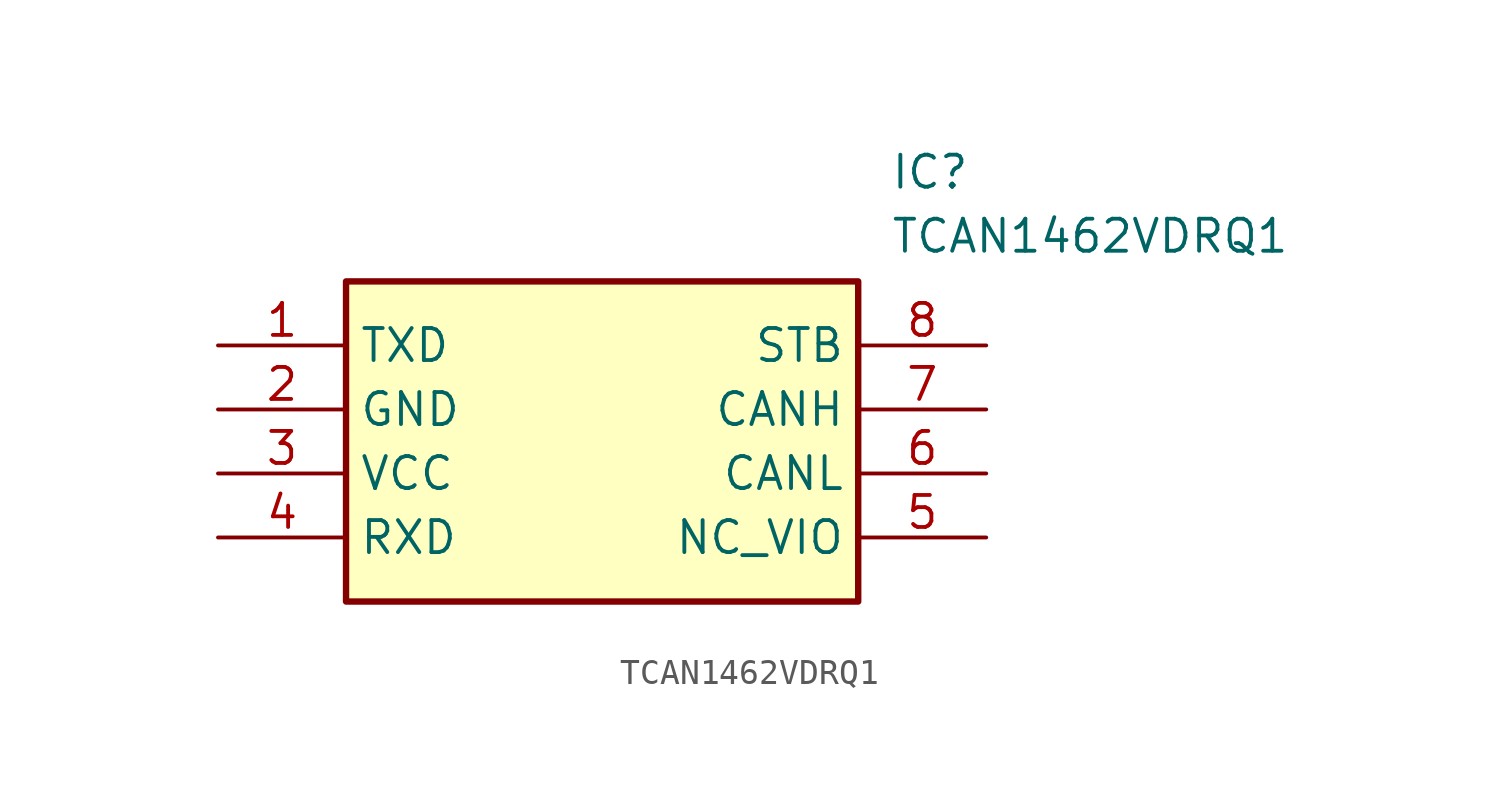
<source format=kicad_sym>
(kicad_symbol_lib
  (version 20211014)
  (generator SamacSys_ECAD_Model)
  (symbol "TCAN1462VDRQ1"
    (property "Reference" "IC"
      (at 26.67 7.62 0)
      (effects (font (size 1.27 1.27)) (justify left top)))
    (property "Value" "TCAN1462VDRQ1"
      (at 26.67 5.08 0)
      (effects (font (size 1.27 1.27)) (justify left top)))
    (rectangle
      (start 5.08 2.54)
      (end 25.4 -10.16)
      (stroke (width 0.254) (type default))
      (fill (type background)))
    (pin passive line
      (at 0 0 0)
      (length 5.08)
      (name "TXD" (effects (font (size 1.27 1.27))))
      (number "1" (effects (font (size 1.27 1.27)))))
    (pin passive line
      (at 0 -2.54 0)
      (length 5.08)
      (name "GND" (effects (font (size 1.27 1.27))))
      (number "2" (effects (font (size 1.27 1.27)))))
    (pin passive line
      (at 0 -5.08 0)
      (length 5.08)
      (name "VCC" (effects (font (size 1.27 1.27))))
      (number "3" (effects (font (size 1.27 1.27)))))
    (pin passive line
      (at 0 -7.62 0)
      (length 5.08)
      (name "RXD" (effects (font (size 1.27 1.27))))
      (number "4" (effects (font (size 1.27 1.27)))))
    (pin passive line
      (at 30.48 0 180)
      (length 5.08)
      (name "STB" (effects (font (size 1.27 1.27))))
      (number "8" (effects (font (size 1.27 1.27)))))
    (pin passive line
      (at 30.48 -2.54 180)
      (length 5.08)
      (name "CANH" (effects (font (size 1.27 1.27))))
      (number "7" (effects (font (size 1.27 1.27)))))
    (pin passive line
      (at 30.48 -5.08 180)
      (length 5.08)
      (name "CANL" (effects (font (size 1.27 1.27))))
      (number "6" (effects (font (size 1.27 1.27)))))
    (pin passive line
      (at 30.48 -7.62 180)
      (length 5.08)
      (name "NC_VIO" (effects (font (size 1.27 1.27))))
      (number "5" (effects (font (size 1.27 1.27)))))))
</source>
